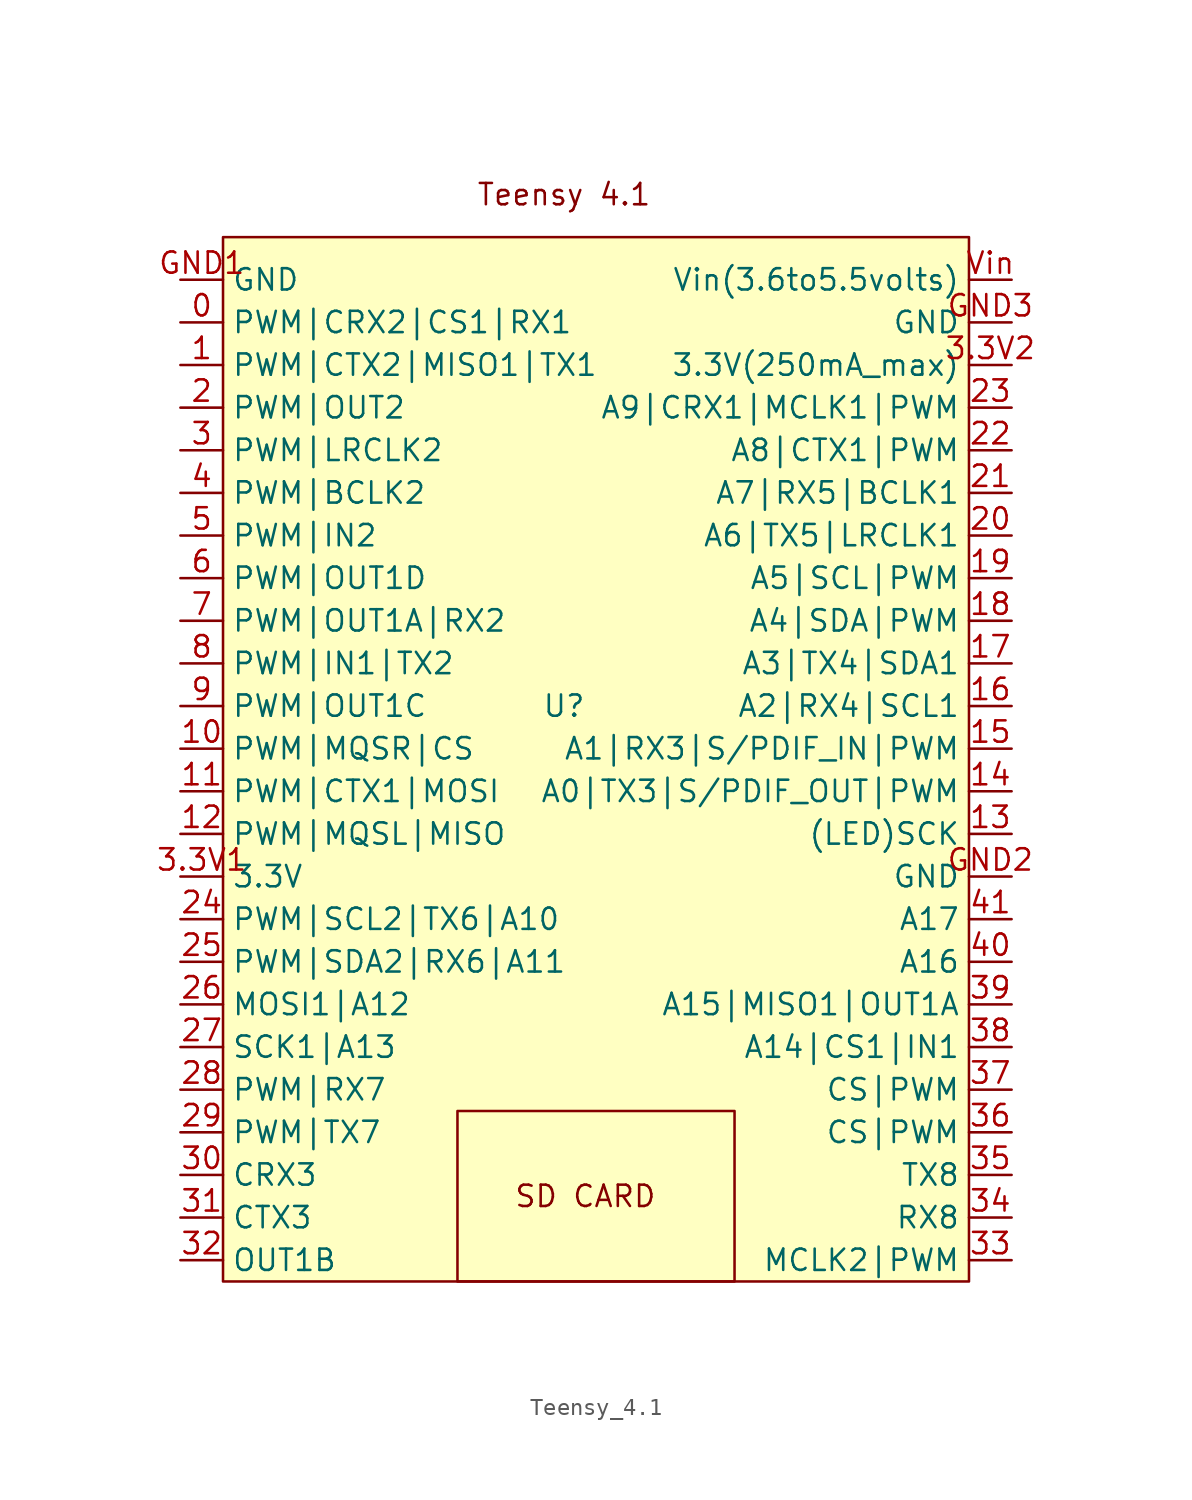
<source format=kicad_sym>
(kicad_symbol_lib
  (version 20220914)
  (generator kicad_symbol_editor)
  (symbol "Teensy_4.1"
    (property "Reference" "U"
      (at 0 0 0)
      (effects (font (size 1.27 1.27))))
    (property "Value" ""
      (at 0 0 0)
      (effects (font (size 1.27 1.27))))
    (symbol "Teensy_4.1_1_1"
      (rectangle (start -20.32 27.94) (end 24.13 -34.29) (stroke (width 0) (type default)) (fill (type background)))
      (rectangle (start -6.35 -24.13) (end 10.16 -34.29) (stroke (width 0) (type default)) (fill (type none)))
      (text "SD CARD" (at 1.27 -29.21 0) (effects (font (size 1.27 1.27))))
      (text "Teensy 4.1" (at 0 30.48 0) (effects (font (size 1.27 1.27))))
      (pin input line (at -22.86 22.86 0) (length 2.54) (name "PWM|CRX2|CS1|RX1" (effects (font (size 1.27 1.27)))) (number "0" (effects (font (size 1.27 1.27)))))
      (pin input line (at -22.86 20.32 0) (length 2.54) (name "PWM|CTX2|MISO1|TX1" (effects (font (size 1.27 1.27)))) (number "1" (effects (font (size 1.27 1.27)))))
      (pin input line (at -22.86 -2.54 0) (length 2.54) (name "PWM|MQSR|CS" (effects (font (size 1.27 1.27)))) (number "10" (effects (font (size 1.27 1.27)))))
      (pin input line (at -22.86 -5.08 0) (length 2.54) (name "PWM|CTX1|MOSI" (effects (font (size 1.27 1.27)))) (number "11" (effects (font (size 1.27 1.27)))))
      (pin input line (at -22.86 -7.62 0) (length 2.54) (name "PWM|MQSL|MISO" (effects (font (size 1.27 1.27)))) (number "12" (effects (font (size 1.27 1.27)))))
      (pin input line (at 26.67 -7.62 180) (length 2.54) (name "(LED)SCK" (effects (font (size 1.27 1.27)))) (number "13" (effects (font (size 1.27 1.27)))))
      (pin input line (at 26.67 -5.08 180) (length 2.54) (name "A0|TX3|S/PDIF_OUT|PWM" (effects (font (size 1.27 1.27)))) (number "14" (effects (font (size 1.27 1.27)))))
      (pin input line (at 26.67 -2.54 180) (length 2.54) (name "A1|RX3|S/PDIF_IN|PWM" (effects (font (size 1.27 1.27)))) (number "15" (effects (font (size 1.27 1.27)))))
      (pin input line (at 26.67 0 180) (length 2.54) (name "A2|RX4|SCL1" (effects (font (size 1.27 1.27)))) (number "16" (effects (font (size 1.27 1.27)))))
      (pin input line (at 26.67 2.54 180) (length 2.54) (name "A3|TX4|SDA1" (effects (font (size 1.27 1.27)))) (number "17" (effects (font (size 1.27 1.27)))))
      (pin input line (at 26.67 5.08 180) (length 2.54) (name "A4|SDA|PWM" (effects (font (size 1.27 1.27)))) (number "18" (effects (font (size 1.27 1.27)))))
      (pin input line (at 26.67 7.62 180) (length 2.54) (name "A5|SCL|PWM" (effects (font (size 1.27 1.27)))) (number "19" (effects (font (size 1.27 1.27)))))
      (pin input line (at -22.86 17.78 0) (length 2.54) (name "PWM|OUT2" (effects (font (size 1.27 1.27)))) (number "2" (effects (font (size 1.27 1.27)))))
      (pin input line (at 26.67 10.16 180) (length 2.54) (name "A6|TX5|LRCLK1" (effects (font (size 1.27 1.27)))) (number "20" (effects (font (size 1.27 1.27)))))
      (pin input line (at 26.67 12.7 180) (length 2.54) (name "A7|RX5|BCLK1" (effects (font (size 1.27 1.27)))) (number "21" (effects (font (size 1.27 1.27)))))
      (pin input line (at 26.67 15.24 180) (length 2.54) (name "A8|CTX1|PWM" (effects (font (size 1.27 1.27)))) (number "22" (effects (font (size 1.27 1.27)))))
      (pin input line (at 26.67 17.78 180) (length 2.54) (name "A9|CRX1|MCLK1|PWM" (effects (font (size 1.27 1.27)))) (number "23" (effects (font (size 1.27 1.27)))))
      (pin input line (at -22.86 -12.7 0) (length 2.54) (name "PWM|SCL2|TX6|A10" (effects (font (size 1.27 1.27)))) (number "24" (effects (font (size 1.27 1.27)))))
      (pin input line (at -22.86 -15.24 0) (length 2.54) (name "PWM|SDA2|RX6|A11" (effects (font (size 1.27 1.27)))) (number "25" (effects (font (size 1.27 1.27)))))
      (pin input line (at -22.86 -17.78 0) (length 2.54) (name "MOSI1|A12" (effects (font (size 1.27 1.27)))) (number "26" (effects (font (size 1.27 1.27)))))
      (pin input line (at -22.86 -20.32 0) (length 2.54) (name "SCK1|A13" (effects (font (size 1.27 1.27)))) (number "27" (effects (font (size 1.27 1.27)))))
      (pin input line (at -22.86 -22.86 0) (length 2.54) (name "PWM|RX7" (effects (font (size 1.27 1.27)))) (number "28" (effects (font (size 1.27 1.27)))))
      (pin input line (at -22.86 -25.4 0) (length 2.54) (name "PWM|TX7" (effects (font (size 1.27 1.27)))) (number "29" (effects (font (size 1.27 1.27)))))
      (pin input line (at -22.86 15.24 0) (length 2.54) (name "PWM|LRCLK2" (effects (font (size 1.27 1.27)))) (number "3" (effects (font (size 1.27 1.27)))))
      (pin input line (at -22.86 -10.16 0) (length 2.54) (name "3.3V" (effects (font (size 1.27 1.27)))) (number "3.3V1" (effects (font (size 1.27 1.27)))))
      (pin input line (at 26.67 20.32 180) (length 2.54) (name "3.3V(250mA_max)" (effects (font (size 1.27 1.27)))) (number "3.3V2" (effects (font (size 1.27 1.27)))))
      (pin input line (at -22.86 -27.94 0) (length 2.54) (name "CRX3" (effects (font (size 1.27 1.27)))) (number "30" (effects (font (size 1.27 1.27)))))
      (pin input line (at -22.86 -30.48 0) (length 2.54) (name "CTX3" (effects (font (size 1.27 1.27)))) (number "31" (effects (font (size 1.27 1.27)))))
      (pin input line (at -22.86 -33.02 0) (length 2.54) (name "OUT1B" (effects (font (size 1.27 1.27)))) (number "32" (effects (font (size 1.27 1.27)))))
      (pin input line (at 26.67 -33.02 180) (length 2.54) (name "MCLK2|PWM" (effects (font (size 1.27 1.27)))) (number "33" (effects (font (size 1.27 1.27)))))
      (pin input line (at 26.67 -30.48 180) (length 2.54) (name "RX8" (effects (font (size 1.27 1.27)))) (number "34" (effects (font (size 1.27 1.27)))))
      (pin input line (at 26.67 -27.94 180) (length 2.54) (name "TX8" (effects (font (size 1.27 1.27)))) (number "35" (effects (font (size 1.27 1.27)))))
      (pin input line (at 26.67 -25.4 180) (length 2.54) (name "CS|PWM" (effects (font (size 1.27 1.27)))) (number "36" (effects (font (size 1.27 1.27)))))
      (pin input line (at 26.67 -22.86 180) (length 2.54) (name "CS|PWM" (effects (font (size 1.27 1.27)))) (number "37" (effects (font (size 1.27 1.27)))))
      (pin input line (at 26.67 -20.32 180) (length 2.54) (name "A14|CS1|IN1" (effects (font (size 1.27 1.27)))) (number "38" (effects (font (size 1.27 1.27)))))
      (pin input line (at 26.67 -17.78 180) (length 2.54) (name "A15|MISO1|OUT1A" (effects (font (size 1.27 1.27)))) (number "39" (effects (font (size 1.27 1.27)))))
      (pin input line (at -22.86 12.7 0) (length 2.54) (name "PWM|BCLK2" (effects (font (size 1.27 1.27)))) (number "4" (effects (font (size 1.27 1.27)))))
      (pin input line (at 26.67 -15.24 180) (length 2.54) (name "A16" (effects (font (size 1.27 1.27)))) (number "40" (effects (font (size 1.27 1.27)))))
      (pin input line (at 26.67 -12.7 180) (length 2.54) (name "A17" (effects (font (size 1.27 1.27)))) (number "41" (effects (font (size 1.27 1.27)))))
      (pin input line (at -22.86 10.16 0) (length 2.54) (name "PWM|IN2" (effects (font (size 1.27 1.27)))) (number "5" (effects (font (size 1.27 1.27)))))
      (pin input line (at -22.86 7.62 0) (length 2.54) (name "PWM|OUT1D" (effects (font (size 1.27 1.27)))) (number "6" (effects (font (size 1.27 1.27)))))
      (pin input line (at -22.86 5.08 0) (length 2.54) (name "PWM|OUT1A|RX2" (effects (font (size 1.27 1.27)))) (number "7" (effects (font (size 1.27 1.27)))))
      (pin input line (at -22.86 2.54 0) (length 2.54) (name "PWM|IN1|TX2" (effects (font (size 1.27 1.27)))) (number "8" (effects (font (size 1.27 1.27)))))
      (pin input line (at -22.86 0 0) (length 2.54) (name "PWM|OUT1C" (effects (font (size 1.27 1.27)))) (number "9" (effects (font (size 1.27 1.27)))))
      (pin input line (at -22.86 25.4 0) (length 2.54) (name "GND" (effects (font (size 1.27 1.27)))) (number "GND1" (effects (font (size 1.27 1.27)))))
      (pin input line (at 26.67 -10.16 180) (length 2.54) (name "GND" (effects (font (size 1.27 1.27)))) (number "GND2" (effects (font (size 1.27 1.27)))))
      (pin input line (at 26.67 22.86 180) (length 2.54) (name "GND" (effects (font (size 1.27 1.27)))) (number "GND3" (effects (font (size 1.27 1.27)))))
      (pin input line (at 26.67 25.4 180) (length 2.54) (name "Vin(3.6to5.5volts)" (effects (font (size 1.27 1.27)))) (number "Vin" (effects (font (size 1.27 1.27))))))))
</source>
